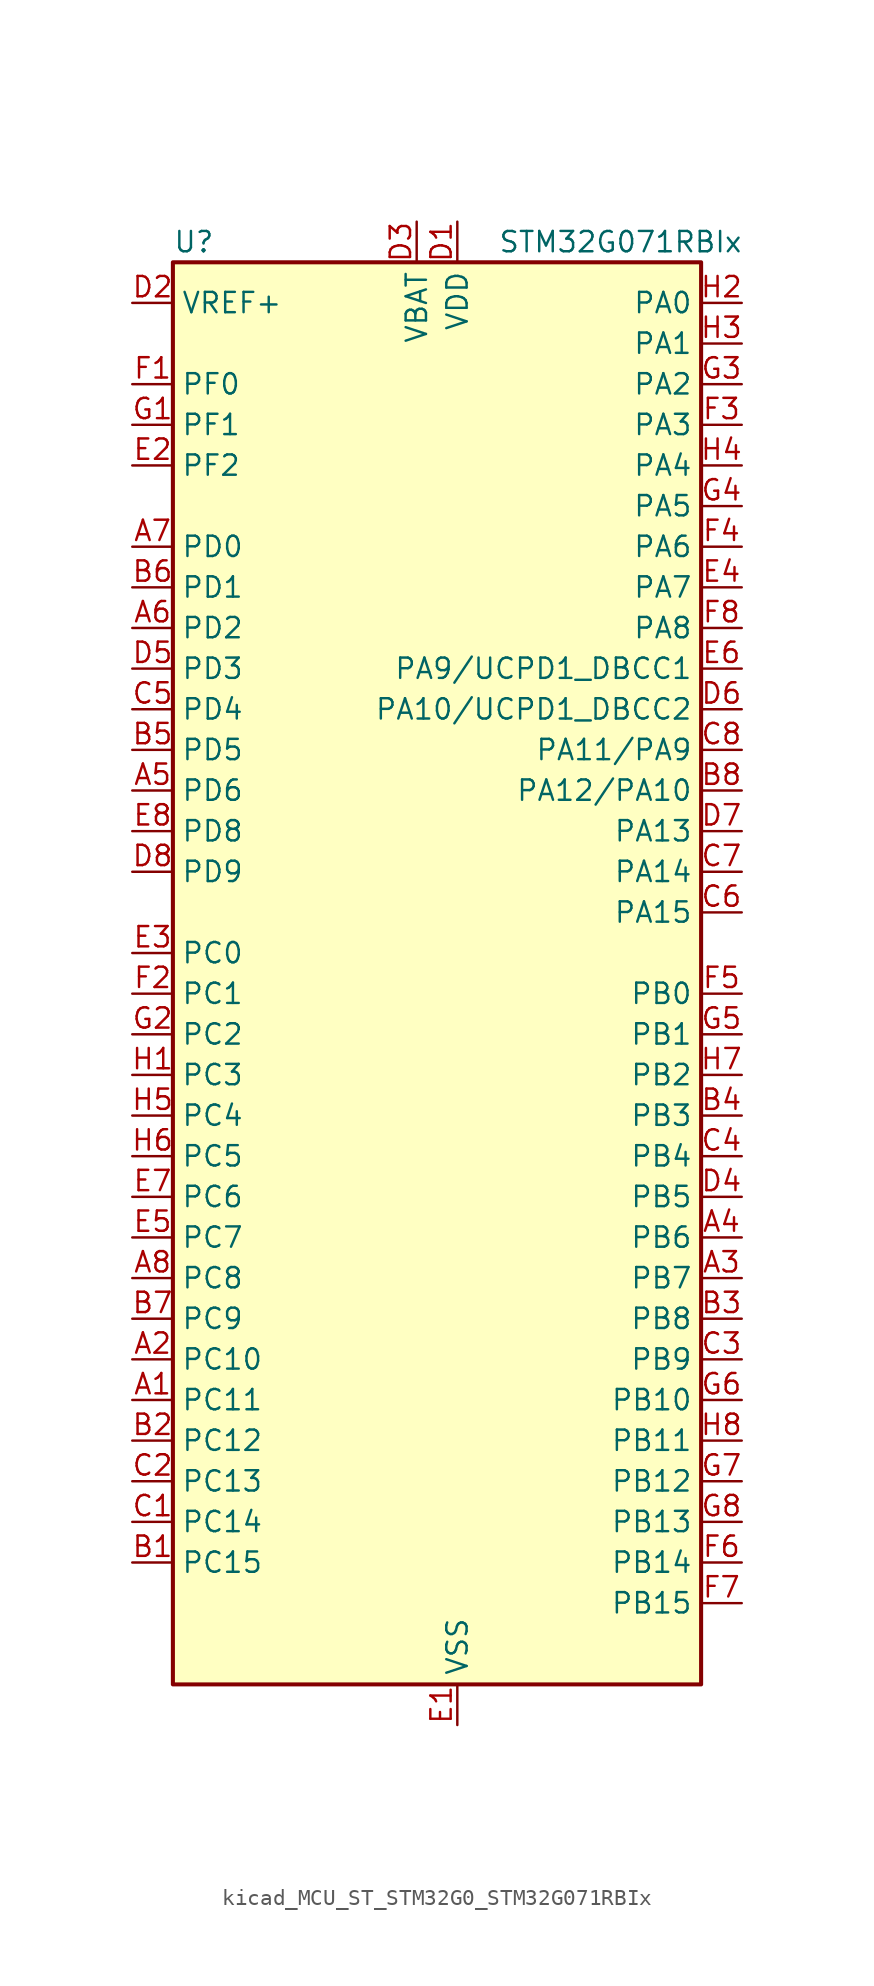
<source format=kicad_sym>
(kicad_symbol_lib
  (version 20220914)
  (generator kicad_symbol_editor)
  (symbol "kicad_MCU_ST_STM32G0_STM32G071RBIx"
    (property "Reference" "U"
      (at -15.24 46.99 0)
      (effects (font (size 1.27 1.27)) (justify left)))
    (property "Value" "STM32G071RBIx"
      (at 5.08 46.99 0)
      (effects (font (size 1.27 1.27)) (justify left)))
    (property "ki_locked" ""
      (at 0 0 0)
      (effects (font (size 1.27 1.27))))
    (symbol "kicad_MCU_ST_STM32G0_STM32G071RBIx_0_1"
      (rectangle (start -15.24 -43.18) (end 17.78 45.72) (stroke (width 0.254) (type default)) (fill (type background))))
    (symbol "kicad_MCU_ST_STM32G0_STM32G071RBIx_1_1"
      (pin bidirectional line (at -17.78 -25.4 0) (length 2.54) (name "PC11" (effects (font (size 1.27 1.27)))) (number "A1" (effects (font (size 1.27 1.27)))) (alternate "ADC1_EXTI11" bidirectional line) (alternate "TIM1_CH4" bidirectional line) (alternate "USART3_RX" bidirectional line) (alternate "USART4_RX" bidirectional line))
      (pin bidirectional line (at -17.78 -22.86 0) (length 2.54) (name "PC10" (effects (font (size 1.27 1.27)))) (number "A2" (effects (font (size 1.27 1.27)))) (alternate "TIM1_CH3" bidirectional line) (alternate "USART3_TX" bidirectional line) (alternate "USART4_TX" bidirectional line))
      (pin bidirectional line (at 20.32 -17.78 180) (length 2.54) (name "PB7" (effects (font (size 1.27 1.27)))) (number "A3" (effects (font (size 1.27 1.27)))) (alternate "COMP2_INM" bidirectional line) (alternate "I2C1_SDA" bidirectional line) (alternate "LPTIM1_IN2" bidirectional line) (alternate "SPI2_MOSI" bidirectional line) (alternate "SYS_PVD_IN" bidirectional line) (alternate "TIM17_CH1N" bidirectional line) (alternate "USART1_RX" bidirectional line) (alternate "USART4_CTS" bidirectional line) (alternate "USART4_NSS" bidirectional line))
      (pin bidirectional line (at 20.32 -15.24 180) (length 2.54) (name "PB6" (effects (font (size 1.27 1.27)))) (number "A4" (effects (font (size 1.27 1.27)))) (alternate "COMP2_INP" bidirectional line) (alternate "I2C1_SCL" bidirectional line) (alternate "LPTIM1_ETR" bidirectional line) (alternate "SPI2_MISO" bidirectional line) (alternate "TIM16_CH1N" bidirectional line) (alternate "TIM1_CH3" bidirectional line) (alternate "USART1_TX" bidirectional line))
      (pin bidirectional line (at -17.78 12.7 0) (length 2.54) (name "PD6" (effects (font (size 1.27 1.27)))) (number "A5" (effects (font (size 1.27 1.27)))) (alternate "I2S1_SD" bidirectional line) (alternate "LPTIM2_OUT" bidirectional line) (alternate "SPI1_MOSI" bidirectional line) (alternate "USART2_RX" bidirectional line))
      (pin bidirectional line (at -17.78 22.86 0) (length 2.54) (name "PD2" (effects (font (size 1.27 1.27)))) (number "A6" (effects (font (size 1.27 1.27)))) (alternate "TIM1_CH1N" bidirectional line) (alternate "TIM3_ETR" bidirectional line) (alternate "UCPD2_CC2" bidirectional line) (alternate "USART3_CK" bidirectional line) (alternate "USART3_DE" bidirectional line) (alternate "USART3_RTS" bidirectional line))
      (pin bidirectional line (at -17.78 27.94 0) (length 2.54) (name "PD0" (effects (font (size 1.27 1.27)))) (number "A7" (effects (font (size 1.27 1.27)))) (alternate "SPI2_NSS" bidirectional line) (alternate "TIM16_CH1" bidirectional line) (alternate "UCPD2_CC1" bidirectional line))
      (pin bidirectional line (at -17.78 -17.78 0) (length 2.54) (name "PC8" (effects (font (size 1.27 1.27)))) (number "A8" (effects (font (size 1.27 1.27)))) (alternate "TIM1_CH1" bidirectional line) (alternate "TIM3_CH3" bidirectional line) (alternate "UCPD2_FRSTX1" bidirectional line) (alternate "UCPD2_FRSTX2" bidirectional line))
      (pin bidirectional line (at -17.78 -35.56 0) (length 2.54) (name "PC15" (effects (font (size 1.27 1.27)))) (number "B1" (effects (font (size 1.27 1.27)))) (alternate "RCC_OSC32_EN" bidirectional line) (alternate "RCC_OSC32_OUT" bidirectional line) (alternate "RCC_OSC_EN" bidirectional line) (alternate "TIM15_BK" bidirectional line))
      (pin bidirectional line (at -17.78 -27.94 0) (length 2.54) (name "PC12" (effects (font (size 1.27 1.27)))) (number "B2" (effects (font (size 1.27 1.27)))) (alternate "LPTIM1_IN1" bidirectional line) (alternate "TIM14_CH1" bidirectional line) (alternate "UCPD1_FRSTX1" bidirectional line) (alternate "UCPD1_FRSTX2" bidirectional line))
      (pin bidirectional line (at 20.32 -20.32 180) (length 2.54) (name "PB8" (effects (font (size 1.27 1.27)))) (number "B3" (effects (font (size 1.27 1.27)))) (alternate "CEC" bidirectional line) (alternate "I2C1_SCL" bidirectional line) (alternate "SPI2_SCK" bidirectional line) (alternate "TIM15_BK" bidirectional line) (alternate "TIM16_CH1" bidirectional line) (alternate "USART3_TX" bidirectional line))
      (pin bidirectional line (at 20.32 -7.62 180) (length 2.54) (name "PB3" (effects (font (size 1.27 1.27)))) (number "B4" (effects (font (size 1.27 1.27)))) (alternate "COMP2_INM" bidirectional line) (alternate "I2S1_CK" bidirectional line) (alternate "SPI1_SCK" bidirectional line) (alternate "TIM1_CH2" bidirectional line) (alternate "TIM2_CH2" bidirectional line) (alternate "USART1_CK" bidirectional line) (alternate "USART1_DE" bidirectional line) (alternate "USART1_RTS" bidirectional line))
      (pin bidirectional line (at -17.78 15.24 0) (length 2.54) (name "PD5" (effects (font (size 1.27 1.27)))) (number "B5" (effects (font (size 1.27 1.27)))) (alternate "I2S1_MCK" bidirectional line) (alternate "SPI1_MISO" bidirectional line) (alternate "TIM1_BK" bidirectional line) (alternate "USART2_TX" bidirectional line))
      (pin bidirectional line (at -17.78 25.4 0) (length 2.54) (name "PD1" (effects (font (size 1.27 1.27)))) (number "B6" (effects (font (size 1.27 1.27)))) (alternate "SPI2_SCK" bidirectional line) (alternate "TIM17_CH1" bidirectional line) (alternate "UCPD2_DBCC1" bidirectional line))
      (pin bidirectional line (at -17.78 -20.32 0) (length 2.54) (name "PC9" (effects (font (size 1.27 1.27)))) (number "B7" (effects (font (size 1.27 1.27)))) (alternate "DAC1_EXTI9" bidirectional line) (alternate "I2S_CKIN" bidirectional line) (alternate "TIM1_CH2" bidirectional line) (alternate "TIM3_CH4" bidirectional line))
      (pin bidirectional line (at 20.32 12.7 180) (length 2.54) (name "PA12/PA10" (effects (font (size 1.27 1.27)))) (number "B8" (effects (font (size 1.27 1.27)))) (alternate "COMP2_OUT" bidirectional line) (alternate "I2C2_SDA" bidirectional line) (alternate "I2S1_SD" bidirectional line) (alternate "I2S_CKIN" bidirectional line) (alternate "SPI1_MOSI" bidirectional line) (alternate "TIM1_ETR" bidirectional line) (alternate "USART1_CK" bidirectional line) (alternate "USART1_DE" bidirectional line) (alternate "USART1_RTS" bidirectional line))
      (pin bidirectional line (at -17.78 -33.02 0) (length 2.54) (name "PC14" (effects (font (size 1.27 1.27)))) (number "C1" (effects (font (size 1.27 1.27)))) (alternate "RCC_OSC32_IN" bidirectional line) (alternate "TIM1_BK2" bidirectional line))
      (pin bidirectional line (at -17.78 -30.48 0) (length 2.54) (name "PC13" (effects (font (size 1.27 1.27)))) (number "C2" (effects (font (size 1.27 1.27)))) (alternate "RTC_OUT_ALARM" bidirectional line) (alternate "RTC_OUT_CALIB" bidirectional line) (alternate "RTC_TAMP_IN1" bidirectional line) (alternate "RTC_TS" bidirectional line) (alternate "SYS_WKUP2" bidirectional line) (alternate "TIM1_BK" bidirectional line))
      (pin bidirectional line (at 20.32 -22.86 180) (length 2.54) (name "PB9" (effects (font (size 1.27 1.27)))) (number "C3" (effects (font (size 1.27 1.27)))) (alternate "DAC1_EXTI9" bidirectional line) (alternate "I2C1_SDA" bidirectional line) (alternate "IR_OUT" bidirectional line) (alternate "SPI2_NSS" bidirectional line) (alternate "TIM17_CH1" bidirectional line) (alternate "UCPD2_FRSTX1" bidirectional line) (alternate "UCPD2_FRSTX2" bidirectional line) (alternate "USART3_RX" bidirectional line))
      (pin bidirectional line (at 20.32 -10.16 180) (length 2.54) (name "PB4" (effects (font (size 1.27 1.27)))) (number "C4" (effects (font (size 1.27 1.27)))) (alternate "COMP2_INP" bidirectional line) (alternate "I2S1_MCK" bidirectional line) (alternate "SPI1_MISO" bidirectional line) (alternate "TIM17_BK" bidirectional line) (alternate "TIM3_CH1" bidirectional line) (alternate "USART1_CTS" bidirectional line) (alternate "USART1_NSS" bidirectional line))
      (pin bidirectional line (at -17.78 17.78 0) (length 2.54) (name "PD4" (effects (font (size 1.27 1.27)))) (number "C5" (effects (font (size 1.27 1.27)))) (alternate "SPI2_MOSI" bidirectional line) (alternate "TIM1_CH3N" bidirectional line) (alternate "USART2_CK" bidirectional line) (alternate "USART2_DE" bidirectional line) (alternate "USART2_RTS" bidirectional line))
      (pin bidirectional line (at 20.32 5.08 180) (length 2.54) (name "PA15" (effects (font (size 1.27 1.27)))) (number "C6" (effects (font (size 1.27 1.27)))) (alternate "I2S1_WS" bidirectional line) (alternate "SPI1_NSS" bidirectional line) (alternate "TIM2_CH1" bidirectional line) (alternate "TIM2_ETR" bidirectional line) (alternate "USART2_RX" bidirectional line) (alternate "USART3_CK" bidirectional line) (alternate "USART3_DE" bidirectional line) (alternate "USART3_RTS" bidirectional line) (alternate "USART4_CK" bidirectional line) (alternate "USART4_DE" bidirectional line) (alternate "USART4_RTS" bidirectional line))
      (pin bidirectional line (at 20.32 7.62 180) (length 2.54) (name "PA14" (effects (font (size 1.27 1.27)))) (number "C7" (effects (font (size 1.27 1.27)))) (alternate "SYS_SWCLK" bidirectional line) (alternate "USART2_TX" bidirectional line))
      (pin bidirectional line (at 20.32 15.24 180) (length 2.54) (name "PA11/PA9" (effects (font (size 1.27 1.27)))) (number "C8" (effects (font (size 1.27 1.27)))) (alternate "ADC1_EXTI11" bidirectional line) (alternate "COMP1_OUT" bidirectional line) (alternate "I2C2_SCL" bidirectional line) (alternate "I2S1_MCK" bidirectional line) (alternate "SPI1_MISO" bidirectional line) (alternate "TIM1_BK2" bidirectional line) (alternate "TIM1_CH4" bidirectional line) (alternate "USART1_CTS" bidirectional line) (alternate "USART1_NSS" bidirectional line))
      (pin power_in line (at 2.54 48.26 270) (length 2.54) (name "VDD" (effects (font (size 1.27 1.27)))) (number "D1" (effects (font (size 1.27 1.27)))))
      (pin input line (at -17.78 43.18 0) (length 2.54) (name "VREF+" (effects (font (size 1.27 1.27)))) (number "D2" (effects (font (size 1.27 1.27)))) (alternate "VREFBUF_OUT" bidirectional line))
      (pin power_in line (at 0 48.26 270) (length 2.54) (name "VBAT" (effects (font (size 1.27 1.27)))) (number "D3" (effects (font (size 1.27 1.27)))))
      (pin bidirectional line (at 20.32 -12.7 180) (length 2.54) (name "PB5" (effects (font (size 1.27 1.27)))) (number "D4" (effects (font (size 1.27 1.27)))) (alternate "COMP2_OUT" bidirectional line) (alternate "I2C1_SMBA" bidirectional line) (alternate "I2S1_SD" bidirectional line) (alternate "LPTIM1_IN1" bidirectional line) (alternate "SPI1_MOSI" bidirectional line) (alternate "SYS_WKUP6" bidirectional line) (alternate "TIM16_BK" bidirectional line) (alternate "TIM3_CH2" bidirectional line))
      (pin bidirectional line (at -17.78 20.32 0) (length 2.54) (name "PD3" (effects (font (size 1.27 1.27)))) (number "D5" (effects (font (size 1.27 1.27)))) (alternate "SPI2_MISO" bidirectional line) (alternate "TIM1_CH2N" bidirectional line) (alternate "UCPD2_DBCC2" bidirectional line) (alternate "USART2_CTS" bidirectional line) (alternate "USART2_NSS" bidirectional line))
      (pin bidirectional line (at 20.32 17.78 180) (length 2.54) (name "PA10/UCPD1_DBCC2" (effects (font (size 1.27 1.27)))) (number "D6" (effects (font (size 1.27 1.27)))) (alternate "I2C1_SDA" bidirectional line) (alternate "SPI2_MOSI" bidirectional line) (alternate "TIM17_BK" bidirectional line) (alternate "TIM1_CH3" bidirectional line) (alternate "UCPD1_DBCC2" bidirectional line) (alternate "USART1_RX" bidirectional line))
      (pin bidirectional line (at 20.32 10.16 180) (length 2.54) (name "PA13" (effects (font (size 1.27 1.27)))) (number "D7" (effects (font (size 1.27 1.27)))) (alternate "IR_OUT" bidirectional line) (alternate "SYS_SWDIO" bidirectional line))
      (pin bidirectional line (at -17.78 7.62 0) (length 2.54) (name "PD9" (effects (font (size 1.27 1.27)))) (number "D8" (effects (font (size 1.27 1.27)))) (alternate "DAC1_EXTI9" bidirectional line) (alternate "I2S1_WS" bidirectional line) (alternate "SPI1_NSS" bidirectional line) (alternate "TIM1_BK2" bidirectional line) (alternate "USART3_RX" bidirectional line))
      (pin power_in line (at 2.54 -45.72 90) (length 2.54) (name "VSS" (effects (font (size 1.27 1.27)))) (number "E1" (effects (font (size 1.27 1.27)))))
      (pin bidirectional line (at -17.78 33.02 0) (length 2.54) (name "PF2" (effects (font (size 1.27 1.27)))) (number "E2" (effects (font (size 1.27 1.27)))) (alternate "RCC_MCO" bidirectional line))
      (pin bidirectional line (at -17.78 2.54 0) (length 2.54) (name "PC0" (effects (font (size 1.27 1.27)))) (number "E3" (effects (font (size 1.27 1.27)))) (alternate "LPTIM1_IN1" bidirectional line) (alternate "LPTIM2_IN1" bidirectional line) (alternate "LPUART1_RX" bidirectional line))
      (pin bidirectional line (at 20.32 25.4 180) (length 2.54) (name "PA7" (effects (font (size 1.27 1.27)))) (number "E4" (effects (font (size 1.27 1.27)))) (alternate "ADC1_IN7" bidirectional line) (alternate "COMP2_OUT" bidirectional line) (alternate "I2S1_SD" bidirectional line) (alternate "SPI1_MOSI" bidirectional line) (alternate "TIM14_CH1" bidirectional line) (alternate "TIM17_CH1" bidirectional line) (alternate "TIM1_CH1N" bidirectional line) (alternate "TIM3_CH2" bidirectional line) (alternate "UCPD1_FRSTX1" bidirectional line) (alternate "UCPD1_FRSTX2" bidirectional line))
      (pin bidirectional line (at -17.78 -15.24 0) (length 2.54) (name "PC7" (effects (font (size 1.27 1.27)))) (number "E5" (effects (font (size 1.27 1.27)))) (alternate "TIM2_CH4" bidirectional line) (alternate "TIM3_CH2" bidirectional line) (alternate "UCPD2_FRSTX1" bidirectional line) (alternate "UCPD2_FRSTX2" bidirectional line))
      (pin bidirectional line (at 20.32 20.32 180) (length 2.54) (name "PA9/UCPD1_DBCC1" (effects (font (size 1.27 1.27)))) (number "E6" (effects (font (size 1.27 1.27)))) (alternate "DAC1_EXTI9" bidirectional line) (alternate "I2C1_SCL" bidirectional line) (alternate "RCC_MCO" bidirectional line) (alternate "SPI2_MISO" bidirectional line) (alternate "TIM15_BK" bidirectional line) (alternate "TIM1_CH2" bidirectional line) (alternate "UCPD1_DBCC1" bidirectional line) (alternate "USART1_TX" bidirectional line))
      (pin bidirectional line (at -17.78 -12.7 0) (length 2.54) (name "PC6" (effects (font (size 1.27 1.27)))) (number "E7" (effects (font (size 1.27 1.27)))) (alternate "TIM2_CH3" bidirectional line) (alternate "TIM3_CH1" bidirectional line) (alternate "UCPD1_FRSTX1" bidirectional line) (alternate "UCPD1_FRSTX2" bidirectional line))
      (pin bidirectional line (at -17.78 10.16 0) (length 2.54) (name "PD8" (effects (font (size 1.27 1.27)))) (number "E8" (effects (font (size 1.27 1.27)))) (alternate "I2S1_CK" bidirectional line) (alternate "LPTIM1_OUT" bidirectional line) (alternate "SPI1_SCK" bidirectional line) (alternate "USART3_TX" bidirectional line))
      (pin bidirectional line (at -17.78 38.1 0) (length 2.54) (name "PF0" (effects (font (size 1.27 1.27)))) (number "F1" (effects (font (size 1.27 1.27)))) (alternate "RCC_OSC_IN" bidirectional line) (alternate "TIM14_CH1" bidirectional line))
      (pin bidirectional line (at -17.78 0 0) (length 2.54) (name "PC1" (effects (font (size 1.27 1.27)))) (number "F2" (effects (font (size 1.27 1.27)))) (alternate "LPTIM1_OUT" bidirectional line) (alternate "LPUART1_TX" bidirectional line) (alternate "TIM15_CH1" bidirectional line))
      (pin bidirectional line (at 20.32 35.56 180) (length 2.54) (name "PA3" (effects (font (size 1.27 1.27)))) (number "F3" (effects (font (size 1.27 1.27)))) (alternate "ADC1_IN3" bidirectional line) (alternate "COMP2_INP" bidirectional line) (alternate "LPUART1_RX" bidirectional line) (alternate "SPI2_MISO" bidirectional line) (alternate "TIM15_CH2" bidirectional line) (alternate "TIM2_CH4" bidirectional line) (alternate "UCPD2_FRSTX1" bidirectional line) (alternate "UCPD2_FRSTX2" bidirectional line) (alternate "USART2_RX" bidirectional line))
      (pin bidirectional line (at 20.32 27.94 180) (length 2.54) (name "PA6" (effects (font (size 1.27 1.27)))) (number "F4" (effects (font (size 1.27 1.27)))) (alternate "ADC1_IN6" bidirectional line) (alternate "COMP1_OUT" bidirectional line) (alternate "I2S1_MCK" bidirectional line) (alternate "LPUART1_CTS" bidirectional line) (alternate "SPI1_MISO" bidirectional line) (alternate "TIM16_CH1" bidirectional line) (alternate "TIM1_BK" bidirectional line) (alternate "TIM3_CH1" bidirectional line) (alternate "USART3_CTS" bidirectional line) (alternate "USART3_NSS" bidirectional line))
      (pin bidirectional line (at 20.32 0 180) (length 2.54) (name "PB0" (effects (font (size 1.27 1.27)))) (number "F5" (effects (font (size 1.27 1.27)))) (alternate "ADC1_IN8" bidirectional line) (alternate "COMP1_OUT" bidirectional line) (alternate "I2S1_WS" bidirectional line) (alternate "LPTIM1_OUT" bidirectional line) (alternate "SPI1_NSS" bidirectional line) (alternate "TIM1_CH2N" bidirectional line) (alternate "TIM3_CH3" bidirectional line) (alternate "UCPD1_FRSTX1" bidirectional line) (alternate "UCPD1_FRSTX2" bidirectional line) (alternate "USART3_RX" bidirectional line))
      (pin bidirectional line (at 20.32 -35.56 180) (length 2.54) (name "PB14" (effects (font (size 1.27 1.27)))) (number "F6" (effects (font (size 1.27 1.27)))) (alternate "I2C2_SDA" bidirectional line) (alternate "SPI2_MISO" bidirectional line) (alternate "TIM15_CH1" bidirectional line) (alternate "TIM1_CH2N" bidirectional line) (alternate "UCPD1_FRSTX1" bidirectional line) (alternate "UCPD1_FRSTX2" bidirectional line) (alternate "USART3_CK" bidirectional line) (alternate "USART3_DE" bidirectional line) (alternate "USART3_RTS" bidirectional line))
      (pin bidirectional line (at 20.32 -38.1 180) (length 2.54) (name "PB15" (effects (font (size 1.27 1.27)))) (number "F7" (effects (font (size 1.27 1.27)))) (alternate "RTC_REFIN" bidirectional line) (alternate "SPI2_MOSI" bidirectional line) (alternate "TIM15_CH1N" bidirectional line) (alternate "TIM15_CH2" bidirectional line) (alternate "TIM1_CH3N" bidirectional line) (alternate "UCPD1_CC2" bidirectional line))
      (pin bidirectional line (at 20.32 22.86 180) (length 2.54) (name "PA8" (effects (font (size 1.27 1.27)))) (number "F8" (effects (font (size 1.27 1.27)))) (alternate "LPTIM2_OUT" bidirectional line) (alternate "RCC_MCO" bidirectional line) (alternate "SPI2_NSS" bidirectional line) (alternate "TIM1_CH1" bidirectional line) (alternate "UCPD1_CC1" bidirectional line))
      (pin bidirectional line (at -17.78 35.56 0) (length 2.54) (name "PF1" (effects (font (size 1.27 1.27)))) (number "G1" (effects (font (size 1.27 1.27)))) (alternate "RCC_OSC_EN" bidirectional line) (alternate "RCC_OSC_OUT" bidirectional line) (alternate "TIM15_CH1N" bidirectional line))
      (pin bidirectional line (at -17.78 -2.54 0) (length 2.54) (name "PC2" (effects (font (size 1.27 1.27)))) (number "G2" (effects (font (size 1.27 1.27)))) (alternate "LPTIM1_IN2" bidirectional line) (alternate "SPI2_MISO" bidirectional line) (alternate "TIM15_CH2" bidirectional line))
      (pin bidirectional line (at 20.32 38.1 180) (length 2.54) (name "PA2" (effects (font (size 1.27 1.27)))) (number "G3" (effects (font (size 1.27 1.27)))) (alternate "ADC1_IN2" bidirectional line) (alternate "COMP2_INM" bidirectional line) (alternate "COMP2_OUT" bidirectional line) (alternate "I2S1_SD" bidirectional line) (alternate "LPUART1_TX" bidirectional line) (alternate "RCC_LSCO" bidirectional line) (alternate "SPI1_MOSI" bidirectional line) (alternate "SYS_WKUP4" bidirectional line) (alternate "TIM15_CH1" bidirectional line) (alternate "TIM2_CH3" bidirectional line) (alternate "UCPD1_FRSTX1" bidirectional line) (alternate "UCPD1_FRSTX2" bidirectional line) (alternate "USART2_TX" bidirectional line))
      (pin bidirectional line (at 20.32 30.48 180) (length 2.54) (name "PA5" (effects (font (size 1.27 1.27)))) (number "G4" (effects (font (size 1.27 1.27)))) (alternate "ADC1_IN5" bidirectional line) (alternate "CEC" bidirectional line) (alternate "DAC1_OUT2" bidirectional line) (alternate "I2S1_CK" bidirectional line) (alternate "LPTIM2_ETR" bidirectional line) (alternate "SPI1_SCK" bidirectional line) (alternate "TIM2_CH1" bidirectional line) (alternate "TIM2_ETR" bidirectional line) (alternate "UCPD1_FRSTX1" bidirectional line) (alternate "UCPD1_FRSTX2" bidirectional line) (alternate "USART3_TX" bidirectional line))
      (pin bidirectional line (at 20.32 -2.54 180) (length 2.54) (name "PB1" (effects (font (size 1.27 1.27)))) (number "G5" (effects (font (size 1.27 1.27)))) (alternate "ADC1_IN9" bidirectional line) (alternate "COMP1_INM" bidirectional line) (alternate "LPTIM2_IN1" bidirectional line) (alternate "LPUART1_DE" bidirectional line) (alternate "LPUART1_RTS" bidirectional line) (alternate "TIM14_CH1" bidirectional line) (alternate "TIM1_CH3N" bidirectional line) (alternate "TIM3_CH4" bidirectional line) (alternate "USART3_CK" bidirectional line) (alternate "USART3_DE" bidirectional line) (alternate "USART3_RTS" bidirectional line))
      (pin bidirectional line (at 20.32 -25.4 180) (length 2.54) (name "PB10" (effects (font (size 1.27 1.27)))) (number "G6" (effects (font (size 1.27 1.27)))) (alternate "ADC1_IN11" bidirectional line) (alternate "CEC" bidirectional line) (alternate "COMP1_OUT" bidirectional line) (alternate "I2C2_SCL" bidirectional line) (alternate "LPUART1_RX" bidirectional line) (alternate "SPI2_SCK" bidirectional line) (alternate "TIM2_CH3" bidirectional line) (alternate "USART3_TX" bidirectional line))
      (pin bidirectional line (at 20.32 -30.48 180) (length 2.54) (name "PB12" (effects (font (size 1.27 1.27)))) (number "G7" (effects (font (size 1.27 1.27)))) (alternate "ADC1_IN16" bidirectional line) (alternate "LPUART1_DE" bidirectional line) (alternate "LPUART1_RTS" bidirectional line) (alternate "SPI2_NSS" bidirectional line) (alternate "TIM15_BK" bidirectional line) (alternate "TIM1_BK" bidirectional line) (alternate "UCPD2_FRSTX1" bidirectional line) (alternate "UCPD2_FRSTX2" bidirectional line))
      (pin bidirectional line (at 20.32 -33.02 180) (length 2.54) (name "PB13" (effects (font (size 1.27 1.27)))) (number "G8" (effects (font (size 1.27 1.27)))) (alternate "I2C2_SCL" bidirectional line) (alternate "LPUART1_CTS" bidirectional line) (alternate "SPI2_SCK" bidirectional line) (alternate "TIM15_CH1N" bidirectional line) (alternate "TIM1_CH1N" bidirectional line) (alternate "USART3_CTS" bidirectional line) (alternate "USART3_NSS" bidirectional line))
      (pin bidirectional line (at -17.78 -5.08 0) (length 2.54) (name "PC3" (effects (font (size 1.27 1.27)))) (number "H1" (effects (font (size 1.27 1.27)))) (alternate "LPTIM1_ETR" bidirectional line) (alternate "LPTIM2_ETR" bidirectional line) (alternate "SPI2_MOSI" bidirectional line))
      (pin bidirectional line (at 20.32 43.18 180) (length 2.54) (name "PA0" (effects (font (size 1.27 1.27)))) (number "H2" (effects (font (size 1.27 1.27)))) (alternate "ADC1_IN0" bidirectional line) (alternate "COMP1_INM" bidirectional line) (alternate "COMP1_OUT" bidirectional line) (alternate "LPTIM1_OUT" bidirectional line) (alternate "RTC_TAMP_IN2" bidirectional line) (alternate "SPI2_SCK" bidirectional line) (alternate "SYS_WKUP1" bidirectional line) (alternate "TIM2_CH1" bidirectional line) (alternate "TIM2_ETR" bidirectional line) (alternate "UCPD2_FRSTX1" bidirectional line) (alternate "UCPD2_FRSTX2" bidirectional line) (alternate "USART2_CTS" bidirectional line) (alternate "USART2_NSS" bidirectional line) (alternate "USART4_TX" bidirectional line))
      (pin bidirectional line (at 20.32 40.64 180) (length 2.54) (name "PA1" (effects (font (size 1.27 1.27)))) (number "H3" (effects (font (size 1.27 1.27)))) (alternate "ADC1_IN1" bidirectional line) (alternate "COMP1_INP" bidirectional line) (alternate "I2C1_SMBA" bidirectional line) (alternate "I2S1_CK" bidirectional line) (alternate "SPI1_SCK" bidirectional line) (alternate "TIM15_CH1N" bidirectional line) (alternate "TIM2_CH2" bidirectional line) (alternate "USART2_CK" bidirectional line) (alternate "USART2_DE" bidirectional line) (alternate "USART2_RTS" bidirectional line) (alternate "USART4_RX" bidirectional line))
      (pin bidirectional line (at 20.32 33.02 180) (length 2.54) (name "PA4" (effects (font (size 1.27 1.27)))) (number "H4" (effects (font (size 1.27 1.27)))) (alternate "ADC1_IN4" bidirectional line) (alternate "DAC1_OUT1" bidirectional line) (alternate "I2S1_WS" bidirectional line) (alternate "LPTIM2_OUT" bidirectional line) (alternate "RTC_OUT_ALARM" bidirectional line) (alternate "RTC_OUT_CALIB" bidirectional line) (alternate "SPI1_NSS" bidirectional line) (alternate "SPI2_MOSI" bidirectional line) (alternate "TIM14_CH1" bidirectional line) (alternate "UCPD2_FRSTX1" bidirectional line) (alternate "UCPD2_FRSTX2" bidirectional line))
      (pin bidirectional line (at -17.78 -7.62 0) (length 2.54) (name "PC4" (effects (font (size 1.27 1.27)))) (number "H5" (effects (font (size 1.27 1.27)))) (alternate "ADC1_IN17" bidirectional line) (alternate "COMP1_INM" bidirectional line) (alternate "TIM2_CH1" bidirectional line) (alternate "TIM2_ETR" bidirectional line) (alternate "USART1_TX" bidirectional line) (alternate "USART3_TX" bidirectional line))
      (pin bidirectional line (at -17.78 -10.16 0) (length 2.54) (name "PC5" (effects (font (size 1.27 1.27)))) (number "H6" (effects (font (size 1.27 1.27)))) (alternate "ADC1_IN18" bidirectional line) (alternate "COMP1_INP" bidirectional line) (alternate "SYS_WKUP5" bidirectional line) (alternate "TIM2_CH2" bidirectional line) (alternate "USART1_RX" bidirectional line) (alternate "USART3_RX" bidirectional line))
      (pin bidirectional line (at 20.32 -5.08 180) (length 2.54) (name "PB2" (effects (font (size 1.27 1.27)))) (number "H7" (effects (font (size 1.27 1.27)))) (alternate "ADC1_IN10" bidirectional line) (alternate "COMP1_INP" bidirectional line) (alternate "LPTIM1_OUT" bidirectional line) (alternate "SPI2_MISO" bidirectional line) (alternate "USART3_TX" bidirectional line))
      (pin bidirectional line (at 20.32 -27.94 180) (length 2.54) (name "PB11" (effects (font (size 1.27 1.27)))) (number "H8" (effects (font (size 1.27 1.27)))) (alternate "ADC1_EXTI11" bidirectional line) (alternate "ADC1_IN15" bidirectional line) (alternate "COMP2_OUT" bidirectional line) (alternate "I2C2_SDA" bidirectional line) (alternate "LPUART1_TX" bidirectional line) (alternate "SPI2_MOSI" bidirectional line) (alternate "TIM2_CH4" bidirectional line) (alternate "USART3_RX" bidirectional line)))))
</source>
